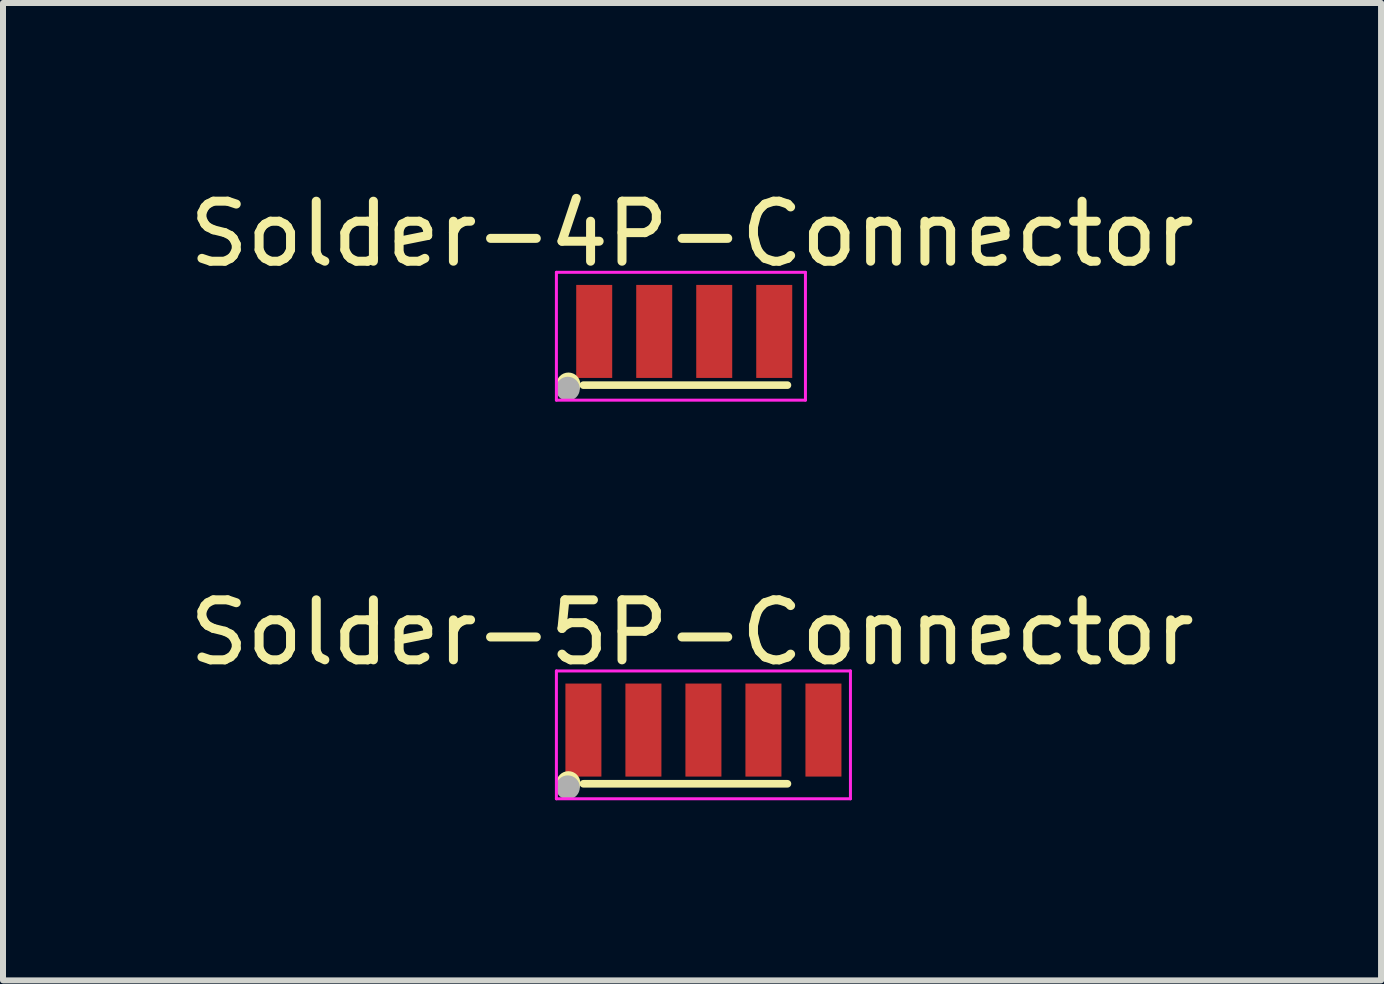
<source format=kicad_pcb>
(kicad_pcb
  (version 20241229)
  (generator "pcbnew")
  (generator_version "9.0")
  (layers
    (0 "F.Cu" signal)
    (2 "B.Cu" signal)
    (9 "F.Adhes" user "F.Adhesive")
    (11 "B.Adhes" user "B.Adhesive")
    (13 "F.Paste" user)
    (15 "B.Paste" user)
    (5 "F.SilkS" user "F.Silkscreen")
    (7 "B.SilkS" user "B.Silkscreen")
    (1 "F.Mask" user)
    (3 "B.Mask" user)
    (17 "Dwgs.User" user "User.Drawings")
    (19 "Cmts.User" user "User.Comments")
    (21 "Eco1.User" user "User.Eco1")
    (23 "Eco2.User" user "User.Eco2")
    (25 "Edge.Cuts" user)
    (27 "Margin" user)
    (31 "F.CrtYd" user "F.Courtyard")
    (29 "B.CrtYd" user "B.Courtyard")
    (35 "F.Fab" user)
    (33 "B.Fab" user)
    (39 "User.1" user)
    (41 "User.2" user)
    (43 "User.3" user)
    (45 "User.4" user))
  (footprint "Solder-5P-Connector"
    (layer "F.Cu")
    (at 8.322 9.101)
    (property "Reference" "Solder-5P-Connector" (at 0.16 -1.61 0) (layer "F.SilkS") (effects (font (size 1 1) (thickness 0.15))))
    (attr through_hole)
    (fp_line (start -1.65 0.91) (end 1.75 0.91) (stroke (width 0.127) (type solid)) (layer "F.SilkS"))
    (fp_circle (center -1.9 0.9) (end -1.8 0.9) (stroke (width 0.2) (type solid)) (fill no) (layer "F.SilkS"))
    (fp_line (start -2.1 -0.97) (end 2.8 -0.97) (stroke (width 0.05) (type solid)) (layer "F.CrtYd"))
    (fp_line (start -2.1 1.16) (end -2.1 -0.97) (stroke (width 0.05) (type solid)) (layer "F.CrtYd"))
    (fp_line (start 2.8 -0.97) (end 2.8 1.16) (stroke (width 0.05) (type solid)) (layer "F.CrtYd"))
    (fp_line (start 2.8 1.16) (end -2.1 1.16) (stroke (width 0.05) (type solid)) (layer "F.CrtYd"))
    (fp_circle (center -1.91 0.97) (end -1.81 0.97) (stroke (width 0.2) (type solid)) (fill no) (layer "F.Fab"))
    (pad "1" smd rect (at -1.65 0.015) (size 0.6 1.55) (layers "F.Cu" "F.Mask" "F.Paste"))
    (pad "2" smd rect (at -0.65 0.015) (size 0.6 1.55) (layers "F.Cu" "F.Mask" "F.Paste"))
    (pad "3" smd rect (at 0.35 0.015) (size 0.6 1.55) (layers "F.Cu" "F.Mask" "F.Paste"))
    (pad "4" smd rect (at 1.35 0.015) (size 0.6 1.55) (layers "F.Cu" "F.Mask" "F.Paste"))
    (pad "5" smd rect (at 2.35 0.015) (size 0.6 1.55) (layers "F.Cu" "F.Mask" "F.Paste")))
  (footprint "Solder-4P-Connector"
    (layer "F.Cu")
    (at 8.322 2.458)
    (property "Reference" "Solder-4P-Connector" (at 0.16 -1.61 0) (layer "F.SilkS") (effects (font (size 1 1) (thickness 0.15))))
    (attr through_hole)
    (fp_line (start -1.65 0.91) (end 1.75 0.91) (stroke (width 0.127) (type solid)) (layer "F.SilkS"))
    (fp_circle (center -1.9 0.9) (end -1.8 0.9) (stroke (width 0.2) (type solid)) (fill no) (layer "F.SilkS"))
    (fp_line (start -2.1 -0.97) (end 2.05 -0.97) (stroke (width 0.05) (type solid)) (layer "F.CrtYd"))
    (fp_line (start -2.1 1.16) (end -2.1 -0.97) (stroke (width 0.05) (type solid)) (layer "F.CrtYd"))
    (fp_line (start 2.05 -0.97) (end 2.05 1.16) (stroke (width 0.05) (type solid)) (layer "F.CrtYd"))
    (fp_line (start 2.05 1.16) (end -2.1 1.16) (stroke (width 0.05) (type solid)) (layer "F.CrtYd"))
    (fp_circle (center -1.91 0.97) (end -1.81 0.97) (stroke (width 0.2) (type solid)) (fill no) (layer "F.Fab"))
    (pad "1" smd rect (at -1.47 0.015) (size 0.6 1.55) (layers "F.Cu" "F.Mask" "F.Paste"))
    (pad "2" smd rect (at -0.47 0.015) (size 0.6 1.55) (layers "F.Cu" "F.Mask" "F.Paste"))
    (pad "3" smd rect (at 0.53 0.015) (size 0.6 1.55) (layers "F.Cu" "F.Mask" "F.Paste"))
    (pad "4" smd rect (at 1.53 0.015) (size 0.6 1.55) (layers "F.Cu" "F.Mask" "F.Paste")))
  (gr_rect
    (start -3 -3)
    (end 19.964 13.287)
    (stroke (width 0.1) (type default))
    (fill no)
    (layer "Edge.Cuts")))
</source>
